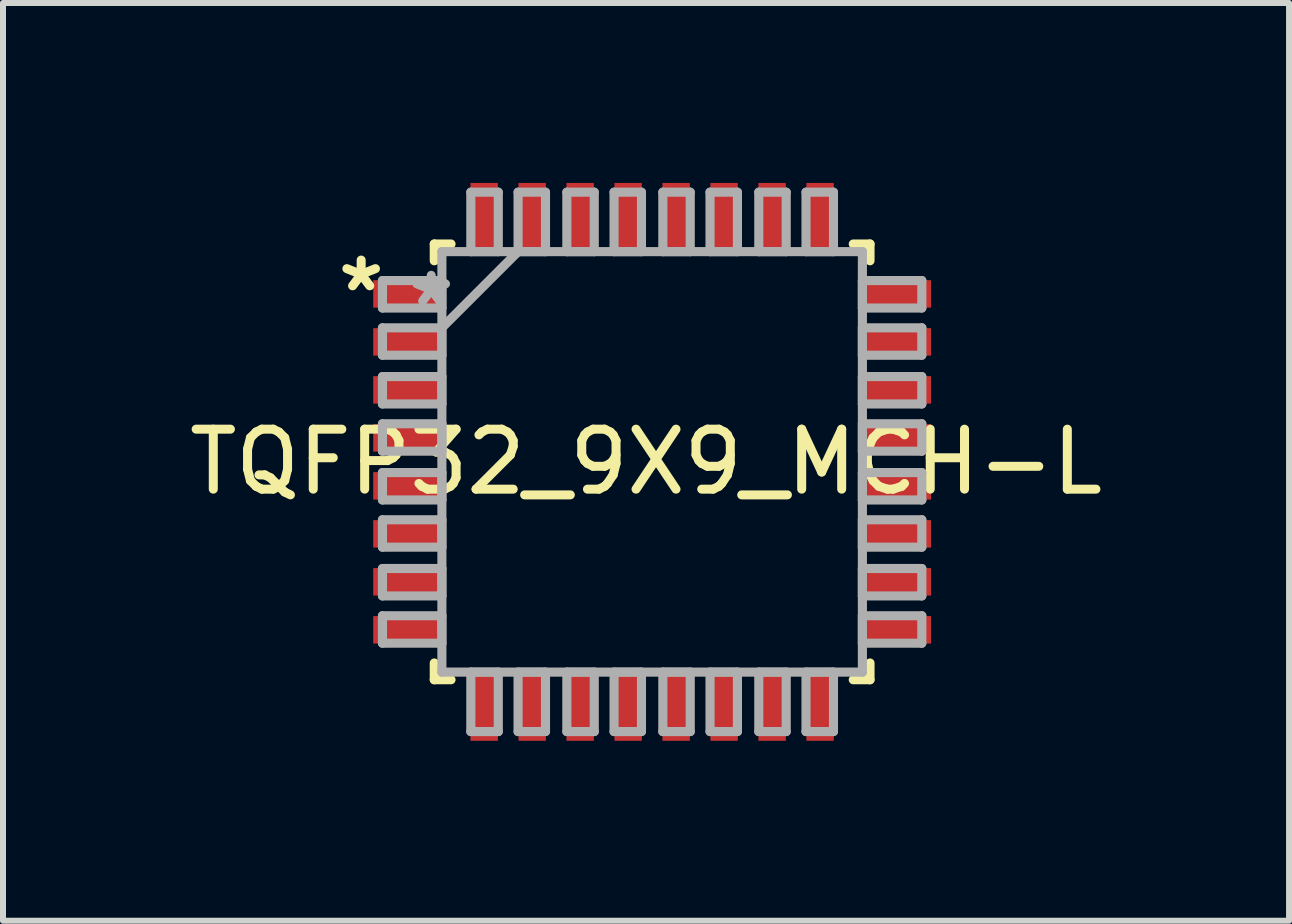
<source format=kicad_pcb>
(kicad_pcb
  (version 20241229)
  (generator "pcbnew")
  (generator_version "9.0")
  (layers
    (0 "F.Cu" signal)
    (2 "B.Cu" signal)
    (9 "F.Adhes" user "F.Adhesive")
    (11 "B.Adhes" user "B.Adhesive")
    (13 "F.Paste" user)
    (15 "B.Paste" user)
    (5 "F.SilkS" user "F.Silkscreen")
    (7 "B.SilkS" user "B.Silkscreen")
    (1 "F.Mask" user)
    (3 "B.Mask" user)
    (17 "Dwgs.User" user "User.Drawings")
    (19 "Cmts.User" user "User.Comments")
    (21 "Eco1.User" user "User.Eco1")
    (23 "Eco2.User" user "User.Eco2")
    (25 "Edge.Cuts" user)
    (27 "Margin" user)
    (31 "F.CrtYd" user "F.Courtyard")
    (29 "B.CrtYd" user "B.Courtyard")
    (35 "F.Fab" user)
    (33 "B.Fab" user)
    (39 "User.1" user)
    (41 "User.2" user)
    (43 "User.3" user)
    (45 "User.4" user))
  (footprint "TQFP32_9X9_MCH-L"
    (layer "F.Cu")
    (at 7.822 4.65)
    (property "Reference" "TQFP32_9X9_MCH-L" (at -0.102 0 0) (layer "F.SilkS") (effects (font (size 1 1) (thickness 0.15))))
    (attr smd)
    (fp_line (start -3.632 -3.632) (end -3.632 -3.353) (stroke (width 0.152) (type solid)) (layer "F.SilkS"))
    (fp_line (start -3.632 3.353) (end -3.632 3.632) (stroke (width 0.152) (type solid)) (layer "F.SilkS"))
    (fp_line (start -3.632 3.632) (end -3.353 3.632) (stroke (width 0.152) (type solid)) (layer "F.SilkS"))
    (fp_line (start -3.353 -3.632) (end -3.632 -3.632) (stroke (width 0.152) (type solid)) (layer "F.SilkS"))
    (fp_line (start 3.353 3.632) (end 3.632 3.632) (stroke (width 0.152) (type solid)) (layer "F.SilkS"))
    (fp_line (start 3.632 -3.632) (end 3.353 -3.632) (stroke (width 0.152) (type solid)) (layer "F.SilkS"))
    (fp_line (start 3.632 -3.353) (end 3.632 -3.632) (stroke (width 0.152) (type solid)) (layer "F.SilkS"))
    (fp_line (start 3.632 3.632) (end 3.632 3.353) (stroke (width 0.152) (type solid)) (layer "F.SilkS"))
    (fp_line (start -4.496 -3.023) (end -4.496 -2.565) (stroke (width 0.152) (type solid)) (layer "F.Fab"))
    (fp_line (start -4.496 -2.565) (end -3.505 -2.565) (stroke (width 0.152) (type solid)) (layer "F.Fab"))
    (fp_line (start -4.496 -2.235) (end -4.496 -1.778) (stroke (width 0.152) (type solid)) (layer "F.Fab"))
    (fp_line (start -4.496 -1.778) (end -3.505 -1.778) (stroke (width 0.152) (type solid)) (layer "F.Fab"))
    (fp_line (start -4.496 -1.422) (end -4.496 -0.965) (stroke (width 0.152) (type solid)) (layer "F.Fab"))
    (fp_line (start -4.496 -0.965) (end -3.505 -0.965) (stroke (width 0.152) (type solid)) (layer "F.Fab"))
    (fp_line (start -4.496 -0.635) (end -4.496 -0.178) (stroke (width 0.152) (type solid)) (layer "F.Fab"))
    (fp_line (start -4.496 -0.178) (end -3.505 -0.178) (stroke (width 0.152) (type solid)) (layer "F.Fab"))
    (fp_line (start -4.496 0.178) (end -4.496 0.635) (stroke (width 0.152) (type solid)) (layer "F.Fab"))
    (fp_line (start -4.496 0.635) (end -3.505 0.635) (stroke (width 0.152) (type solid)) (layer "F.Fab"))
    (fp_line (start -4.496 0.965) (end -4.496 1.422) (stroke (width 0.152) (type solid)) (layer "F.Fab"))
    (fp_line (start -4.496 1.422) (end -3.505 1.422) (stroke (width 0.152) (type solid)) (layer "F.Fab"))
    (fp_line (start -4.496 1.778) (end -4.496 2.235) (stroke (width 0.152) (type solid)) (layer "F.Fab"))
    (fp_line (start -4.496 2.235) (end -3.505 2.235) (stroke (width 0.152) (type solid)) (layer "F.Fab"))
    (fp_line (start -4.496 2.565) (end -4.496 3.023) (stroke (width 0.152) (type solid)) (layer "F.Fab"))
    (fp_line (start -4.496 3.023) (end -3.505 3.023) (stroke (width 0.152) (type solid)) (layer "F.Fab"))
    (fp_line (start -3.505 -3.505) (end -3.505 3.505) (stroke (width 0.152) (type solid)) (layer "F.Fab"))
    (fp_line (start -3.505 -3.023) (end -4.496 -3.023) (stroke (width 0.152) (type solid)) (layer "F.Fab"))
    (fp_line (start -3.505 -2.565) (end -3.505 -3.023) (stroke (width 0.152) (type solid)) (layer "F.Fab"))
    (fp_line (start -3.505 -2.235) (end -4.496 -2.235) (stroke (width 0.152) (type solid)) (layer "F.Fab"))
    (fp_line (start -3.505 -2.235) (end -2.235 -3.505) (stroke (width 0.152) (type solid)) (layer "F.Fab"))
    (fp_line (start -3.505 -1.778) (end -3.505 -2.235) (stroke (width 0.152) (type solid)) (layer "F.Fab"))
    (fp_line (start -3.505 -1.422) (end -4.496 -1.422) (stroke (width 0.152) (type solid)) (layer "F.Fab"))
    (fp_line (start -3.505 -0.965) (end -3.505 -1.422) (stroke (width 0.152) (type solid)) (layer "F.Fab"))
    (fp_line (start -3.505 -0.635) (end -4.496 -0.635) (stroke (width 0.152) (type solid)) (layer "F.Fab"))
    (fp_line (start -3.505 -0.178) (end -3.505 -0.635) (stroke (width 0.152) (type solid)) (layer "F.Fab"))
    (fp_line (start -3.505 0.178) (end -4.496 0.178) (stroke (width 0.152) (type solid)) (layer "F.Fab"))
    (fp_line (start -3.505 0.635) (end -3.505 0.178) (stroke (width 0.152) (type solid)) (layer "F.Fab"))
    (fp_line (start -3.505 0.965) (end -4.496 0.965) (stroke (width 0.152) (type solid)) (layer "F.Fab"))
    (fp_line (start -3.505 1.422) (end -3.505 0.965) (stroke (width 0.152) (type solid)) (layer "F.Fab"))
    (fp_line (start -3.505 1.778) (end -4.496 1.778) (stroke (width 0.152) (type solid)) (layer "F.Fab"))
    (fp_line (start -3.505 2.235) (end -3.505 1.778) (stroke (width 0.152) (type solid)) (layer "F.Fab"))
    (fp_line (start -3.505 2.565) (end -4.496 2.565) (stroke (width 0.152) (type solid)) (layer "F.Fab"))
    (fp_line (start -3.505 3.023) (end -3.505 2.565) (stroke (width 0.152) (type solid)) (layer "F.Fab"))
    (fp_line (start -3.505 3.505) (end 3.505 3.505) (stroke (width 0.152) (type solid)) (layer "F.Fab"))
    (fp_line (start -3.023 -4.496) (end -3.023 -3.505) (stroke (width 0.152) (type solid)) (layer "F.Fab"))
    (fp_line (start -3.023 -3.505) (end -2.565 -3.505) (stroke (width 0.152) (type solid)) (layer "F.Fab"))
    (fp_line (start -3.023 3.505) (end -3.023 4.496) (stroke (width 0.152) (type solid)) (layer "F.Fab"))
    (fp_line (start -3.023 4.496) (end -2.565 4.496) (stroke (width 0.152) (type solid)) (layer "F.Fab"))
    (fp_line (start -2.565 -4.496) (end -3.023 -4.496) (stroke (width 0.152) (type solid)) (layer "F.Fab"))
    (fp_line (start -2.565 -3.505) (end -2.565 -4.496) (stroke (width 0.152) (type solid)) (layer "F.Fab"))
    (fp_line (start -2.565 3.505) (end -3.023 3.505) (stroke (width 0.152) (type solid)) (layer "F.Fab"))
    (fp_line (start -2.565 4.496) (end -2.565 3.505) (stroke (width 0.152) (type solid)) (layer "F.Fab"))
    (fp_line (start -2.235 -4.496) (end -2.235 -3.505) (stroke (width 0.152) (type solid)) (layer "F.Fab"))
    (fp_line (start -2.235 -3.505) (end -1.778 -3.505) (stroke (width 0.152) (type solid)) (layer "F.Fab"))
    (fp_line (start -2.235 3.505) (end -2.235 4.496) (stroke (width 0.152) (type solid)) (layer "F.Fab"))
    (fp_line (start -2.235 4.496) (end -1.778 4.496) (stroke (width 0.152) (type solid)) (layer "F.Fab"))
    (fp_line (start -1.778 -4.496) (end -2.235 -4.496) (stroke (width 0.152) (type solid)) (layer "F.Fab"))
    (fp_line (start -1.778 -3.505) (end -1.778 -4.496) (stroke (width 0.152) (type solid)) (layer "F.Fab"))
    (fp_line (start -1.778 3.505) (end -2.235 3.505) (stroke (width 0.152) (type solid)) (layer "F.Fab"))
    (fp_line (start -1.778 4.496) (end -1.778 3.505) (stroke (width 0.152) (type solid)) (layer "F.Fab"))
    (fp_line (start -1.422 -4.496) (end -1.422 -3.505) (stroke (width 0.152) (type solid)) (layer "F.Fab"))
    (fp_line (start -1.422 -3.505) (end -0.965 -3.505) (stroke (width 0.152) (type solid)) (layer "F.Fab"))
    (fp_line (start -1.422 3.505) (end -1.422 4.496) (stroke (width 0.152) (type solid)) (layer "F.Fab"))
    (fp_line (start -1.422 4.496) (end -0.965 4.496) (stroke (width 0.152) (type solid)) (layer "F.Fab"))
    (fp_line (start -0.965 -4.496) (end -1.422 -4.496) (stroke (width 0.152) (type solid)) (layer "F.Fab"))
    (fp_line (start -0.965 -3.505) (end -0.965 -4.496) (stroke (width 0.152) (type solid)) (layer "F.Fab"))
    (fp_line (start -0.965 3.505) (end -1.422 3.505) (stroke (width 0.152) (type solid)) (layer "F.Fab"))
    (fp_line (start -0.965 4.496) (end -0.965 3.505) (stroke (width 0.152) (type solid)) (layer "F.Fab"))
    (fp_line (start -0.635 -4.496) (end -0.635 -3.505) (stroke (width 0.152) (type solid)) (layer "F.Fab"))
    (fp_line (start -0.635 -3.505) (end -0.178 -3.505) (stroke (width 0.152) (type solid)) (layer "F.Fab"))
    (fp_line (start -0.635 3.505) (end -0.635 4.496) (stroke (width 0.152) (type solid)) (layer "F.Fab"))
    (fp_line (start -0.635 4.496) (end -0.178 4.496) (stroke (width 0.152) (type solid)) (layer "F.Fab"))
    (fp_line (start -0.178 -4.496) (end -0.635 -4.496) (stroke (width 0.152) (type solid)) (layer "F.Fab"))
    (fp_line (start -0.178 -3.505) (end -0.178 -4.496) (stroke (width 0.152) (type solid)) (layer "F.Fab"))
    (fp_line (start -0.178 3.505) (end -0.635 3.505) (stroke (width 0.152) (type solid)) (layer "F.Fab"))
    (fp_line (start -0.178 4.496) (end -0.178 3.505) (stroke (width 0.152) (type solid)) (layer "F.Fab"))
    (fp_line (start 0.178 -4.496) (end 0.178 -3.505) (stroke (width 0.152) (type solid)) (layer "F.Fab"))
    (fp_line (start 0.178 -3.505) (end 0.635 -3.505) (stroke (width 0.152) (type solid)) (layer "F.Fab"))
    (fp_line (start 0.178 3.505) (end 0.178 4.496) (stroke (width 0.152) (type solid)) (layer "F.Fab"))
    (fp_line (start 0.178 4.496) (end 0.635 4.496) (stroke (width 0.152) (type solid)) (layer "F.Fab"))
    (fp_line (start 0.635 -4.496) (end 0.178 -4.496) (stroke (width 0.152) (type solid)) (layer "F.Fab"))
    (fp_line (start 0.635 -3.505) (end 0.635 -4.496) (stroke (width 0.152) (type solid)) (layer "F.Fab"))
    (fp_line (start 0.635 3.505) (end 0.178 3.505) (stroke (width 0.152) (type solid)) (layer "F.Fab"))
    (fp_line (start 0.635 4.496) (end 0.635 3.505) (stroke (width 0.152) (type solid)) (layer "F.Fab"))
    (fp_line (start 0.965 -4.496) (end 0.965 -3.505) (stroke (width 0.152) (type solid)) (layer "F.Fab"))
    (fp_line (start 0.965 -3.505) (end 1.422 -3.505) (stroke (width 0.152) (type solid)) (layer "F.Fab"))
    (fp_line (start 0.965 3.505) (end 0.965 4.496) (stroke (width 0.152) (type solid)) (layer "F.Fab"))
    (fp_line (start 0.965 4.496) (end 1.422 4.496) (stroke (width 0.152) (type solid)) (layer "F.Fab"))
    (fp_line (start 1.422 -4.496) (end 0.965 -4.496) (stroke (width 0.152) (type solid)) (layer "F.Fab"))
    (fp_line (start 1.422 -3.505) (end 1.422 -4.496) (stroke (width 0.152) (type solid)) (layer "F.Fab"))
    (fp_line (start 1.422 3.505) (end 0.965 3.505) (stroke (width 0.152) (type solid)) (layer "F.Fab"))
    (fp_line (start 1.422 4.496) (end 1.422 3.505) (stroke (width 0.152) (type solid)) (layer "F.Fab"))
    (fp_line (start 1.778 -4.496) (end 1.778 -3.505) (stroke (width 0.152) (type solid)) (layer "F.Fab"))
    (fp_line (start 1.778 -3.505) (end 2.235 -3.505) (stroke (width 0.152) (type solid)) (layer "F.Fab"))
    (fp_line (start 1.778 3.505) (end 1.778 4.496) (stroke (width 0.152) (type solid)) (layer "F.Fab"))
    (fp_line (start 1.778 4.496) (end 2.235 4.496) (stroke (width 0.152) (type solid)) (layer "F.Fab"))
    (fp_line (start 2.235 -4.496) (end 1.778 -4.496) (stroke (width 0.152) (type solid)) (layer "F.Fab"))
    (fp_line (start 2.235 -3.505) (end 2.235 -4.496) (stroke (width 0.152) (type solid)) (layer "F.Fab"))
    (fp_line (start 2.235 3.505) (end 1.778 3.505) (stroke (width 0.152) (type solid)) (layer "F.Fab"))
    (fp_line (start 2.235 4.496) (end 2.235 3.505) (stroke (width 0.152) (type solid)) (layer "F.Fab"))
    (fp_line (start 2.565 -4.496) (end 2.565 -3.505) (stroke (width 0.152) (type solid)) (layer "F.Fab"))
    (fp_line (start 2.565 -3.505) (end 3.023 -3.505) (stroke (width 0.152) (type solid)) (layer "F.Fab"))
    (fp_line (start 2.565 3.505) (end 2.565 4.496) (stroke (width 0.152) (type solid)) (layer "F.Fab"))
    (fp_line (start 2.565 4.496) (end 3.023 4.496) (stroke (width 0.152) (type solid)) (layer "F.Fab"))
    (fp_line (start 3.023 -4.496) (end 2.565 -4.496) (stroke (width 0.152) (type solid)) (layer "F.Fab"))
    (fp_line (start 3.023 -3.505) (end 3.023 -4.496) (stroke (width 0.152) (type solid)) (layer "F.Fab"))
    (fp_line (start 3.023 3.505) (end 2.565 3.505) (stroke (width 0.152) (type solid)) (layer "F.Fab"))
    (fp_line (start 3.023 4.496) (end 3.023 3.505) (stroke (width 0.152) (type solid)) (layer "F.Fab"))
    (fp_line (start 3.505 -3.505) (end -3.505 -3.505) (stroke (width 0.152) (type solid)) (layer "F.Fab"))
    (fp_line (start 3.505 -3.023) (end 3.505 -2.565) (stroke (width 0.152) (type solid)) (layer "F.Fab"))
    (fp_line (start 3.505 -2.565) (end 4.496 -2.565) (stroke (width 0.152) (type solid)) (layer "F.Fab"))
    (fp_line (start 3.505 -2.235) (end 3.505 -1.778) (stroke (width 0.152) (type solid)) (layer "F.Fab"))
    (fp_line (start 3.505 -1.778) (end 4.496 -1.778) (stroke (width 0.152) (type solid)) (layer "F.Fab"))
    (fp_line (start 3.505 -1.422) (end 3.505 -0.965) (stroke (width 0.152) (type solid)) (layer "F.Fab"))
    (fp_line (start 3.505 -0.965) (end 4.496 -0.965) (stroke (width 0.152) (type solid)) (layer "F.Fab"))
    (fp_line (start 3.505 -0.635) (end 3.505 -0.178) (stroke (width 0.152) (type solid)) (layer "F.Fab"))
    (fp_line (start 3.505 -0.178) (end 4.496 -0.178) (stroke (width 0.152) (type solid)) (layer "F.Fab"))
    (fp_line (start 3.505 0.178) (end 3.505 0.635) (stroke (width 0.152) (type solid)) (layer "F.Fab"))
    (fp_line (start 3.505 0.635) (end 4.496 0.635) (stroke (width 0.152) (type solid)) (layer "F.Fab"))
    (fp_line (start 3.505 0.965) (end 3.505 1.422) (stroke (width 0.152) (type solid)) (layer "F.Fab"))
    (fp_line (start 3.505 1.422) (end 4.496 1.422) (stroke (width 0.152) (type solid)) (layer "F.Fab"))
    (fp_line (start 3.505 1.778) (end 3.505 2.235) (stroke (width 0.152) (type solid)) (layer "F.Fab"))
    (fp_line (start 3.505 2.235) (end 4.496 2.235) (stroke (width 0.152) (type solid)) (layer "F.Fab"))
    (fp_line (start 3.505 2.565) (end 3.505 3.023) (stroke (width 0.152) (type solid)) (layer "F.Fab"))
    (fp_line (start 3.505 3.023) (end 4.496 3.023) (stroke (width 0.152) (type solid)) (layer "F.Fab"))
    (fp_line (start 3.505 3.505) (end 3.505 -3.505) (stroke (width 0.152) (type solid)) (layer "F.Fab"))
    (fp_line (start 4.496 -3.023) (end 3.505 -3.023) (stroke (width 0.152) (type solid)) (layer "F.Fab"))
    (fp_line (start 4.496 -2.565) (end 4.496 -3.023) (stroke (width 0.152) (type solid)) (layer "F.Fab"))
    (fp_line (start 4.496 -2.235) (end 3.505 -2.235) (stroke (width 0.152) (type solid)) (layer "F.Fab"))
    (fp_line (start 4.496 -1.778) (end 4.496 -2.235) (stroke (width 0.152) (type solid)) (layer "F.Fab"))
    (fp_line (start 4.496 -1.422) (end 3.505 -1.422) (stroke (width 0.152) (type solid)) (layer "F.Fab"))
    (fp_line (start 4.496 -0.965) (end 4.496 -1.422) (stroke (width 0.152) (type solid)) (layer "F.Fab"))
    (fp_line (start 4.496 -0.635) (end 3.505 -0.635) (stroke (width 0.152) (type solid)) (layer "F.Fab"))
    (fp_line (start 4.496 -0.178) (end 4.496 -0.635) (stroke (width 0.152) (type solid)) (layer "F.Fab"))
    (fp_line (start 4.496 0.178) (end 3.505 0.178) (stroke (width 0.152) (type solid)) (layer "F.Fab"))
    (fp_line (start 4.496 0.635) (end 4.496 0.178) (stroke (width 0.152) (type solid)) (layer "F.Fab"))
    (fp_line (start 4.496 0.965) (end 3.505 0.965) (stroke (width 0.152) (type solid)) (layer "F.Fab"))
    (fp_line (start 4.496 1.422) (end 4.496 0.965) (stroke (width 0.152) (type solid)) (layer "F.Fab"))
    (fp_line (start 4.496 1.778) (end 3.505 1.778) (stroke (width 0.152) (type solid)) (layer "F.Fab"))
    (fp_line (start 4.496 2.235) (end 4.496 1.778) (stroke (width 0.152) (type solid)) (layer "F.Fab"))
    (fp_line (start 4.496 2.565) (end 3.505 2.565) (stroke (width 0.152) (type solid)) (layer "F.Fab"))
    (fp_line (start 4.496 3.023) (end 4.496 2.565) (stroke (width 0.152) (type solid)) (layer "F.Fab"))
    (fp_text user "*" (at -4.851 -2.819 0) (layer "F.SilkS") (effects (font (size 1 1) (thickness 0.15))))
    (fp_text user "*" (at -3.683 -2.565 0) (layer "F.Fab") (effects (font (size 1 1) (thickness 0.15))))
    (pad "1" smd rect (at -4.069 -2.8 270) (size 0.457 1.162) (layers "F.Cu" "F.Mask" "F.Paste"))
    (pad "2" smd rect (at -4.069 -2 270) (size 0.457 1.162) (layers "F.Cu" "F.Mask" "F.Paste"))
    (pad "3" smd rect (at -4.069 -1.2 270) (size 0.457 1.162) (layers "F.Cu" "F.Mask" "F.Paste"))
    (pad "4" smd rect (at -4.069 -0.4 270) (size 0.457 1.162) (layers "F.Cu" "F.Mask" "F.Paste"))
    (pad "5" smd rect (at -4.069 0.4 270) (size 0.457 1.162) (layers "F.Cu" "F.Mask" "F.Paste"))
    (pad "6" smd rect (at -4.069 1.2 270) (size 0.457 1.162) (layers "F.Cu" "F.Mask" "F.Paste"))
    (pad "7" smd rect (at -4.069 2 270) (size 0.457 1.162) (layers "F.Cu" "F.Mask" "F.Paste"))
    (pad "8" smd rect (at -4.069 2.8 270) (size 0.457 1.162) (layers "F.Cu" "F.Mask" "F.Paste"))
    (pad "9" smd rect (at -2.8 4.069 180) (size 0.457 1.162) (layers "F.Cu" "F.Mask" "F.Paste"))
    (pad "10" smd rect (at -2 4.069 180) (size 0.457 1.162) (layers "F.Cu" "F.Mask" "F.Paste"))
    (pad "11" smd rect (at -1.2 4.069 180) (size 0.457 1.162) (layers "F.Cu" "F.Mask" "F.Paste"))
    (pad "12" smd rect (at -0.4 4.069 180) (size 0.457 1.162) (layers "F.Cu" "F.Mask" "F.Paste"))
    (pad "13" smd rect (at 0.4 4.069 180) (size 0.457 1.162) (layers "F.Cu" "F.Mask" "F.Paste"))
    (pad "14" smd rect (at 1.2 4.069 180) (size 0.457 1.162) (layers "F.Cu" "F.Mask" "F.Paste"))
    (pad "15" smd rect (at 2 4.069 180) (size 0.457 1.162) (layers "F.Cu" "F.Mask" "F.Paste"))
    (pad "16" smd rect (at 2.8 4.069 180) (size 0.457 1.162) (layers "F.Cu" "F.Mask" "F.Paste"))
    (pad "17" smd rect (at 4.069 2.8 270) (size 0.457 1.162) (layers "F.Cu" "F.Mask" "F.Paste"))
    (pad "18" smd rect (at 4.069 2 270) (size 0.457 1.162) (layers "F.Cu" "F.Mask" "F.Paste"))
    (pad "19" smd rect (at 4.069 1.2 270) (size 0.457 1.162) (layers "F.Cu" "F.Mask" "F.Paste"))
    (pad "20" smd rect (at 4.069 0.4 270) (size 0.457 1.162) (layers "F.Cu" "F.Mask" "F.Paste"))
    (pad "21" smd rect (at 4.069 -0.4 270) (size 0.457 1.162) (layers "F.Cu" "F.Mask" "F.Paste"))
    (pad "22" smd rect (at 4.069 -1.2 270) (size 0.457 1.162) (layers "F.Cu" "F.Mask" "F.Paste"))
    (pad "23" smd rect (at 4.069 -2 270) (size 0.457 1.162) (layers "F.Cu" "F.Mask" "F.Paste"))
    (pad "24" smd rect (at 4.069 -2.8 270) (size 0.457 1.162) (layers "F.Cu" "F.Mask" "F.Paste"))
    (pad "25" smd rect (at 2.8 -4.069 180) (size 0.457 1.162) (layers "F.Cu" "F.Mask" "F.Paste"))
    (pad "26" smd rect (at 2 -4.069 180) (size 0.457 1.162) (layers "F.Cu" "F.Mask" "F.Paste"))
    (pad "27" smd rect (at 1.2 -4.069 180) (size 0.457 1.162) (layers "F.Cu" "F.Mask" "F.Paste"))
    (pad "28" smd rect (at 0.4 -4.069 180) (size 0.457 1.162) (layers "F.Cu" "F.Mask" "F.Paste"))
    (pad "29" smd rect (at -0.4 -4.069 180) (size 0.457 1.162) (layers "F.Cu" "F.Mask" "F.Paste"))
    (pad "30" smd rect (at -1.2 -4.069 180) (size 0.457 1.162) (layers "F.Cu" "F.Mask" "F.Paste"))
    (pad "31" smd rect (at -2 -4.069 180) (size 0.457 1.162) (layers "F.Cu" "F.Mask" "F.Paste"))
    (pad "32" smd rect (at -2.8 -4.069 180) (size 0.457 1.162) (layers "F.Cu" "F.Mask" "F.Paste")))
  (gr_rect
    (start -3 -3)
    (end 18.44 12.3)
    (stroke (width 0.1) (type default))
    (fill no)
    (layer "Edge.Cuts")))
</source>
